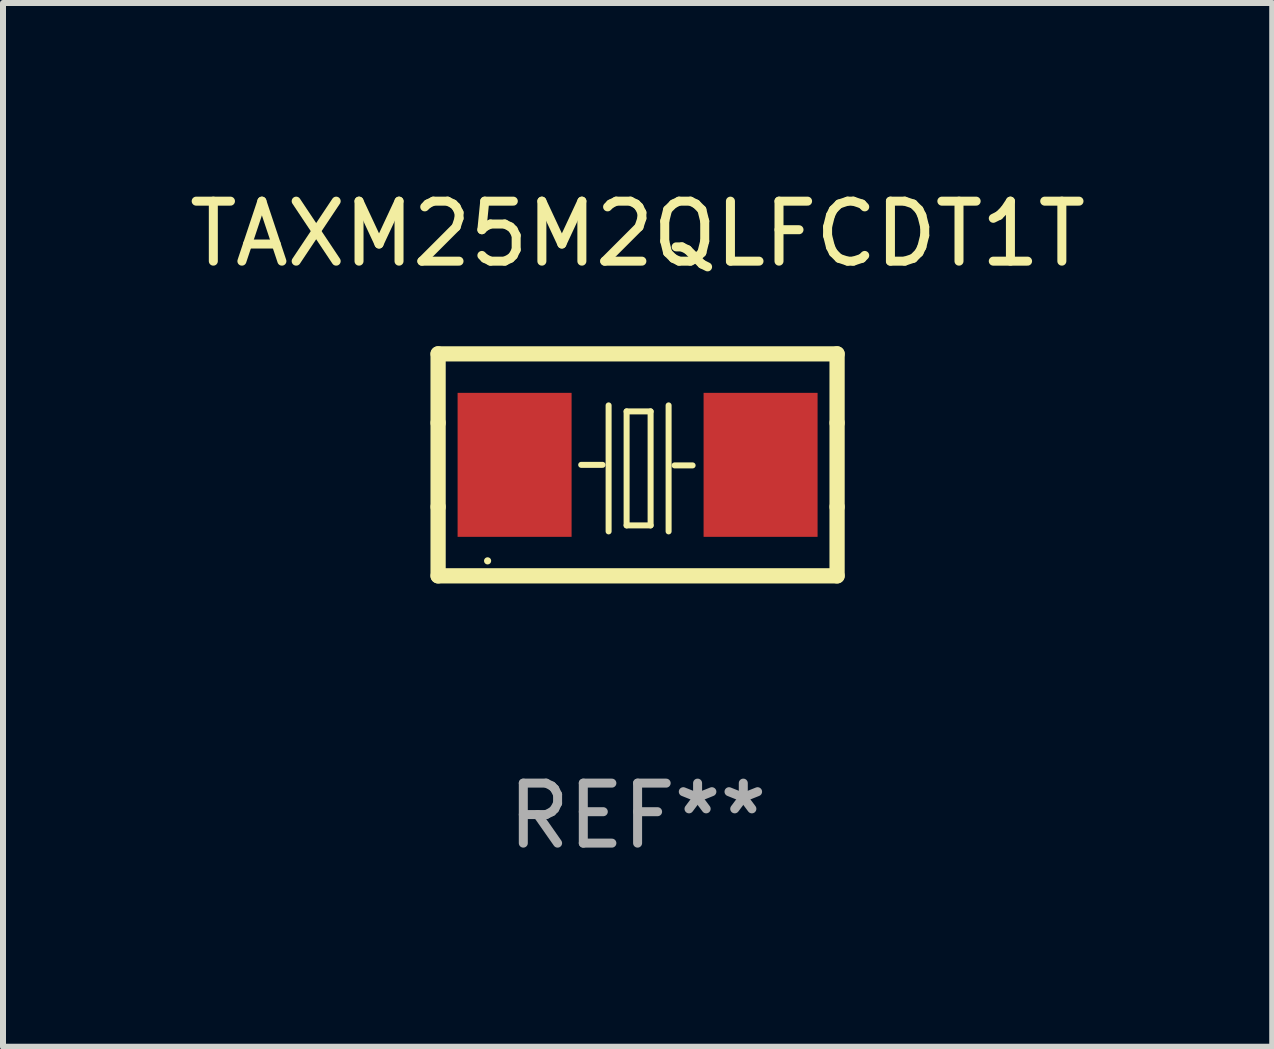
<source format=kicad_pcb>
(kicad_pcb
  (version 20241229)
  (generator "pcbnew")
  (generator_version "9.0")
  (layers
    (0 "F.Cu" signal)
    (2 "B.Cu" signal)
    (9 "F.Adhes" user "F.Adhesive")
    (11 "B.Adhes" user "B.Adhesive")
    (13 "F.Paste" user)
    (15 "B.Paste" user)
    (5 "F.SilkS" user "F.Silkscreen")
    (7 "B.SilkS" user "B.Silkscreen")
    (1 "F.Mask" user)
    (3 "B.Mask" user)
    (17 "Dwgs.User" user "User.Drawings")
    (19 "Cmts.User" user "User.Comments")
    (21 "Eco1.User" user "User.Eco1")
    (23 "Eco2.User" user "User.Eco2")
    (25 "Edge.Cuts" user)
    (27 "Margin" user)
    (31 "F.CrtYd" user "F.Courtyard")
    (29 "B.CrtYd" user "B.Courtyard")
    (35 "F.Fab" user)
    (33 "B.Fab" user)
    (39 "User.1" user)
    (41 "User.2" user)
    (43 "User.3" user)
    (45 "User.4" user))
  (footprint "TAXM25M2QLFCDT1T"
    (layer "F.Cu")
    (at 7.577 4.698)
    (property "Reference" "TAXM25M2QLFCDT1T" (at 0 -3.85 0) (layer "F.SilkS") (effects (font (size 1 1) (thickness 0.15))))
    (attr through_hole)
    (fp_line (start -3.325 0.7) (end -3.325 -0.7) (stroke (width 0.254) (type solid)) (layer "F.SilkS"))
    (fp_line (start -3.325 -1.85) (end 3.325 -1.85) (stroke (width 0.254) (type solid)) (layer "F.SilkS"))
    (fp_line (start -3.325 -0.7) (end -3.325 -1.85) (stroke (width 0.254) (type solid)) (layer "F.SilkS"))
    (fp_line (start -3.325 1.85) (end -3.325 0.7) (stroke (width 0.254) (type solid)) (layer "F.SilkS"))
    (fp_line (start -0.94 -0.000127) (end -0.584 -0.000127) (stroke (width 0.1) (type solid)) (layer "F.SilkS"))
    (fp_line (start -0.483 -0.991) (end -0.483 1.109) (stroke (width 0.1) (type solid)) (layer "F.SilkS"))
    (fp_line (start -0.183 -0.891) (end -0.183 1.009) (stroke (width 0.1) (type solid)) (layer "F.SilkS"))
    (fp_line (start -0.183 1.009) (end 0.217 1.009) (stroke (width 0.1) (type solid)) (layer "F.SilkS"))
    (fp_line (start 0.217 -0.891) (end -0.183 -0.891) (stroke (width 0.1) (type solid)) (layer "F.SilkS"))
    (fp_line (start 0.217 1.009) (end 0.217 -0.891) (stroke (width 0.1) (type solid)) (layer "F.SilkS"))
    (fp_line (start 0.517 -0.991) (end 0.517 1.109) (stroke (width 0.1) (type solid)) (layer "F.SilkS"))
    (fp_line (start 0.617 0.009) (end 0.917 0.009) (stroke (width 0.1) (type solid)) (layer "F.SilkS"))
    (fp_line (start 3.325 -1.85) (end 3.325 -0.7) (stroke (width 0.254) (type solid)) (layer "F.SilkS"))
    (fp_line (start 3.325 0.7) (end 3.325 1.85) (stroke (width 0.254) (type solid)) (layer "F.SilkS"))
    (fp_line (start 3.325 1.85) (end -3.325 1.85) (stroke (width 0.254) (type solid)) (layer "F.SilkS"))
    (fp_line (start 3.325 -0.7) (end 3.325 0.7) (stroke (width 0.254) (type solid)) (layer "F.SilkS"))
    (fp_circle (center -2.5 1.6) (end -2.47 1.6) (stroke (width 0.06) (type solid)) (fill no) (layer "F.SilkS"))
    (fp_text user "REF**" (at 0 5.85 0) (layer "F.Fab") (effects (font (size 1 1) (thickness 0.15))))
    (pad "1" smd rect (at -2.05 -0.000127) (size 1.9 2.4) (layers "F.Cu" "F.Mask" "F.Paste"))
    (pad "2" smd rect (at 2.05 -0.000127) (size 1.9 2.4) (layers "F.Cu" "F.Mask" "F.Paste")))
  (gr_rect
    (start -3 -3)
    (end 18.155 14.397)
    (stroke (width 0.1) (type default))
    (fill no)
    (layer "Edge.Cuts")))
</source>
